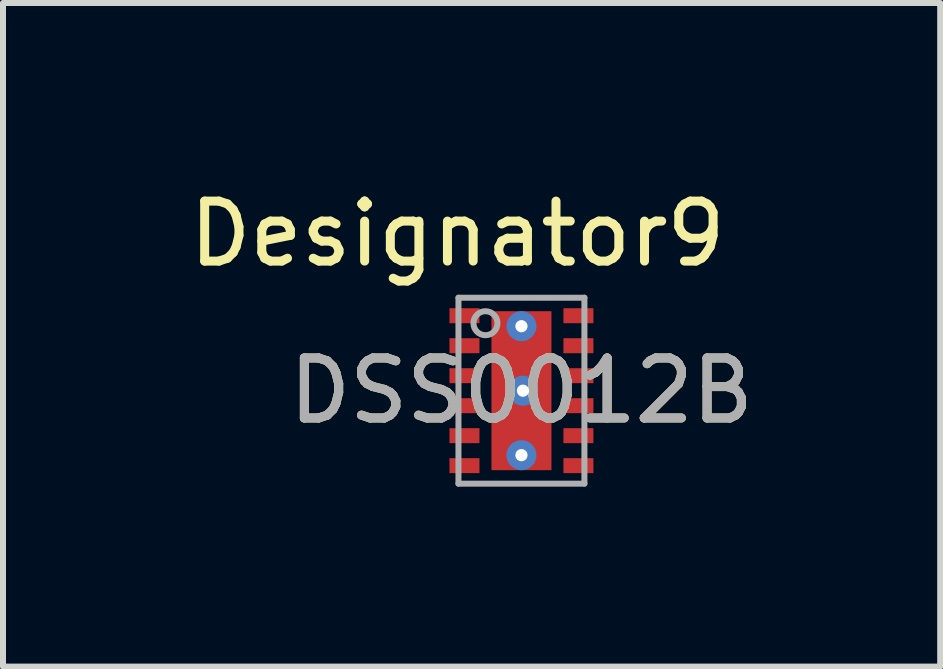
<source format=kicad_pcb>
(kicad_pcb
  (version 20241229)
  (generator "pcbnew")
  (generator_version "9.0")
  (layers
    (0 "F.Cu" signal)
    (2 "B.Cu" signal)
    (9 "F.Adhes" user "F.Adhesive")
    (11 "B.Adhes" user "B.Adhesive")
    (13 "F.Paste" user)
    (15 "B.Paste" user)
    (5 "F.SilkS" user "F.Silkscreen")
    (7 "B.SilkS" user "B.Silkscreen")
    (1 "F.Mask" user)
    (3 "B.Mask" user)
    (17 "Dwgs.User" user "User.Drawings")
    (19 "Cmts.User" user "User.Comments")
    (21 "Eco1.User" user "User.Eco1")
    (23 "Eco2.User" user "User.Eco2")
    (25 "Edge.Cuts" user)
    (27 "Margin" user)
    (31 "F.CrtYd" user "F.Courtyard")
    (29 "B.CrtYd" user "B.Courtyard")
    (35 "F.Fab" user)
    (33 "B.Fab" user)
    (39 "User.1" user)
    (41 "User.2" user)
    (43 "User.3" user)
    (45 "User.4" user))
  (footprint "DSS0012B"
    (layer "F.Cu")
    (at 5.644 3.464)
    (property "Reference" "DSS0012B" (at 0 0 0) (unlocked yes) (layer "F.SilkS") (effects (font (size 1 1) (thickness 0.15))))
    (attr smd)
    (fp_poly (pts (xy -0.475 -0.15) (xy -0.475 -1.22) (xy -0.425 -1.27) (xy 0.425 -1.27) (xy 0.475 -1.22) (xy 0.475 -0.15) (xy 0.425 -0.1) (xy -0.425 -0.1)) (stroke (width 0) (type solid)) (fill yes) (layer "F.Paste"))
    (fp_poly (pts (xy -0.475 0.15) (xy -0.475 1.22) (xy -0.425 1.27) (xy 0.425 1.27) (xy 0.475 1.22) (xy 0.475 0.15) (xy 0.425 0.1) (xy -0.425 0.1)) (stroke (width 0) (type solid)) (fill yes) (layer "F.Paste"))
    (fp_line (start -1.05 -1.55) (end 1.05 -1.55) (stroke (width 0.1) (type solid)) (layer "F.Fab"))
    (fp_line (start -1.05 1.55) (end -1.05 -1.55) (stroke (width 0.1) (type solid)) (layer "F.Fab"))
    (fp_line (start -1.05 1.55) (end 1.05 1.55) (stroke (width 0.1) (type solid)) (layer "F.Fab"))
    (fp_line (start 1.05 1.55) (end 1.05 -1.55) (stroke (width 0.1) (type solid)) (layer "F.Fab"))
    (fp_circle (center -0.6 -1.125) (end -0.4 -1.125) (stroke (width 0.1) (type solid)) (fill no) (layer "F.Fab"))
    (fp_text user "Designator9" (at -1.067 -2.616 0) (unlocked yes) (layer "F.SilkS") (effects (font (size 1 1) (thickness 0.15))))
    (fp_text user "${REFERENCE}" (at 0 0 0) (unlocked yes) (layer "F.Fab") (effects (font (size 1 1) (thickness 0.15))))
    (pad "1" smd rect (at -0.95 -1.25 90) (size 0.25 0.5) (layers "F.Cu" "F.Mask" "F.Paste"))
    (pad "2" smd rect (at -0.95 -0.75 90) (size 0.25 0.5) (layers "F.Cu" "F.Mask" "F.Paste"))
    (pad "3" smd rect (at -0.95 -0.25 90) (size 0.25 0.5) (layers "F.Cu" "F.Mask" "F.Paste"))
    (pad "4" smd rect (at -0.95 0.25 90) (size 0.25 0.5) (layers "F.Cu" "F.Mask" "F.Paste"))
    (pad "5" smd rect (at -0.95 0.75 90) (size 0.25 0.5) (layers "F.Cu" "F.Mask" "F.Paste"))
    (pad "6" smd rect (at -0.95 1.25 90) (size 0.25 0.5) (layers "F.Cu" "F.Mask" "F.Paste"))
    (pad "7" smd rect (at 0.95 1.25 90) (size 0.25 0.5) (layers "F.Cu" "F.Mask" "F.Paste"))
    (pad "8" smd rect (at 0.95 0.75 90) (size 0.25 0.5) (layers "F.Cu" "F.Mask" "F.Paste"))
    (pad "9" smd rect (at 0.95 0.25 90) (size 0.25 0.5) (layers "F.Cu" "F.Mask" "F.Paste"))
    (pad "10" smd rect (at 0.95 -0.25 90) (size 0.25 0.5) (layers "F.Cu" "F.Mask" "F.Paste"))
    (pad "11" smd rect (at 0.95 -0.75 90) (size 0.25 0.5) (layers "F.Cu" "F.Mask" "F.Paste"))
    (pad "12" smd rect (at 0.95 -1.25 90) (size 0.25 0.5) (layers "F.Cu" "F.Mask" "F.Paste"))
    (pad "13" smd rect (at 0.000003 0) (size 1 2.65) (layers "F.Cu" "F.Mask" "F.Paste"))
    (pad "14" thru_hole circle (at 0 1.075) (size 0.5 0.5) (drill 0.203) (layers "*.Cu" "*.Mask"))
    (pad "15" thru_hole circle (at 0 -1.075) (size 0.5 0.5) (drill 0.203) (layers "*.Cu" "*.Mask"))
    (pad "16" thru_hole circle (at 0.025 0) (size 0.5 0.5) (drill 0.203) (layers "*.Cu" "*.Mask")))
  (gr_rect
    (start -3 -3)
    (end 12.626 8.064)
    (stroke (width 0.1) (type default))
    (fill no)
    (layer "Edge.Cuts")))
</source>
